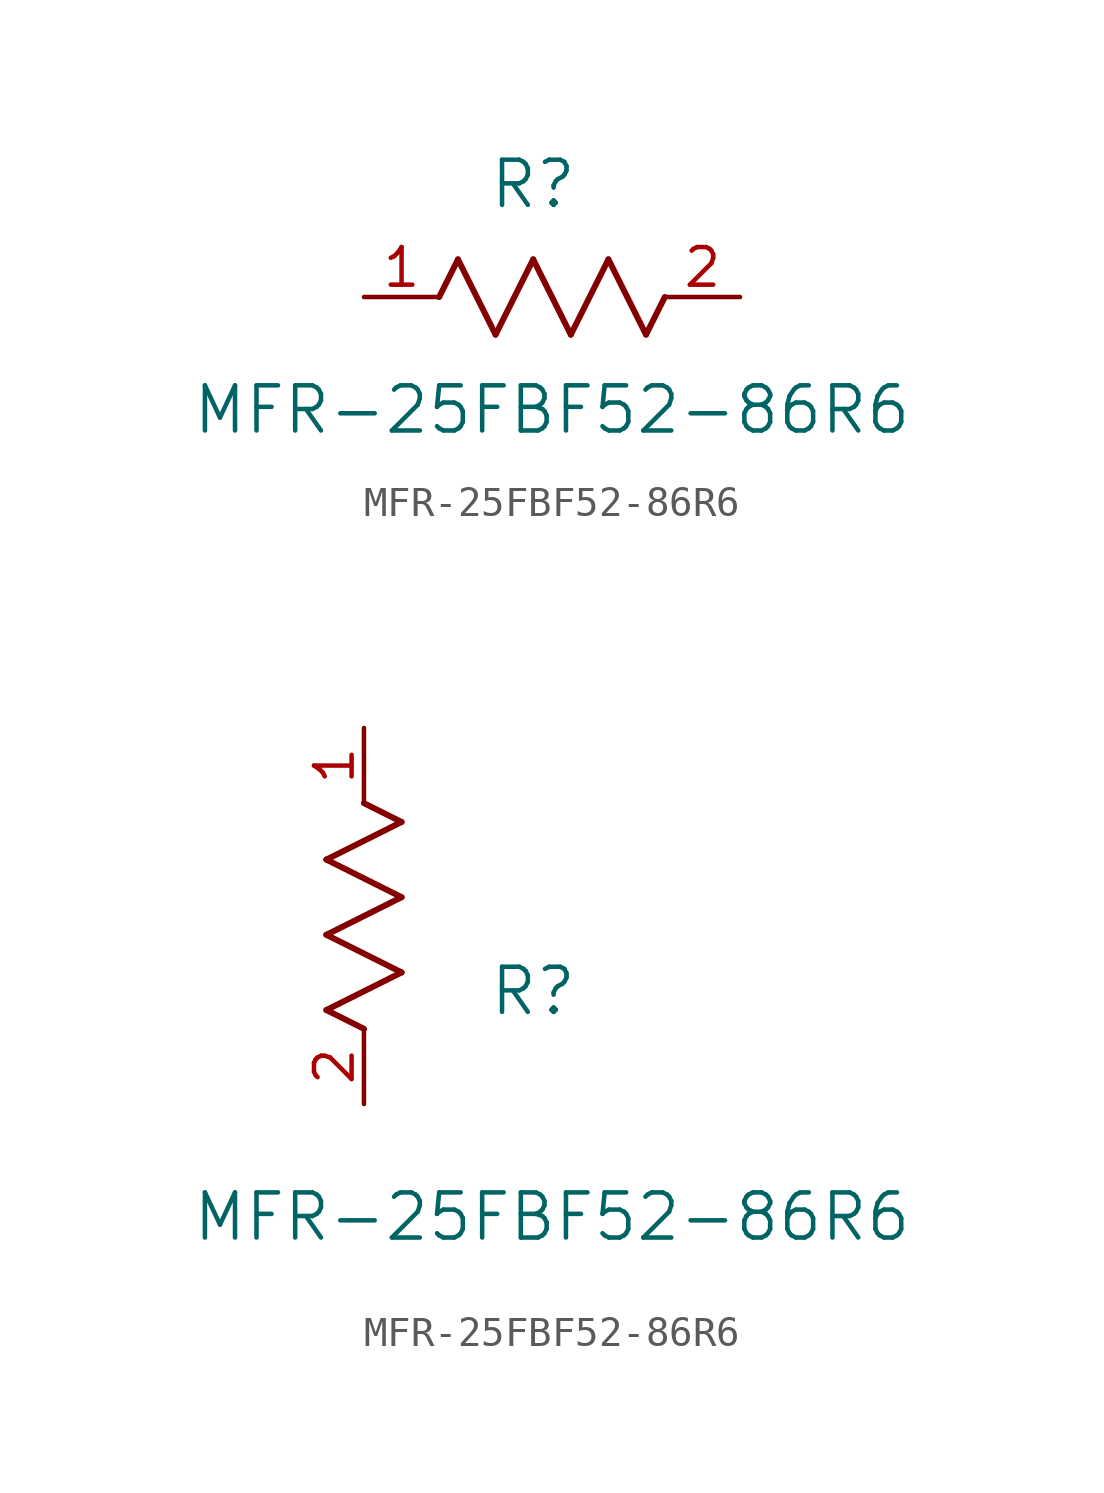
<source format=kicad_sym>
(kicad_symbol_lib
  (version 20211014)
  (generator kicad_symbol_editor)
  (symbol "MFR-25FBF52-86R6"
    (pin_names
      (offset 0.254))
    (property "Reference" "R"
      (at 5.715 3.81 0)
      (effects (font (size 1.524 1.524))))
    (property "Value" "MFR-25FBF52-86R6"
      (at 6.35 -3.81 0)
      (effects (font (size 1.524 1.524))))
    (symbol "MFR-25FBF52-86R6_1_1"
      (polyline (pts (xy 3.175 1.27) (xy 4.445 -1.27)) (stroke (width 0.203) (type default) (color 0 0 0 0)) (fill (type none)))
      (polyline (pts (xy 4.445 -1.27) (xy 5.715 1.27)) (stroke (width 0.203) (type default) (color 0 0 0 0)) (fill (type none)))
      (polyline (pts (xy 5.715 1.27) (xy 6.985 -1.27)) (stroke (width 0.203) (type default) (color 0 0 0 0)) (fill (type none)))
      (polyline (pts (xy 6.985 -1.27) (xy 8.255 1.27)) (stroke (width 0.203) (type default) (color 0 0 0 0)) (fill (type none)))
      (polyline (pts (xy 8.255 1.27) (xy 9.525 -1.27)) (stroke (width 0.203) (type default) (color 0 0 0 0)) (fill (type none)))
      (polyline (pts (xy 2.54 0) (xy 3.175 1.27)) (stroke (width 0.203) (type default) (color 0 0 0 0)) (fill (type none)))
      (polyline (pts (xy 9.525 -1.27) (xy 10.16 0)) (stroke (width 0.203) (type default) (color 0 0 0 0)) (fill (type none)))
      (pin unspecified line (at 0 0 0) (length 2.54) (name "" (effects (font (size 1.27 1.27)))) (number "1" (effects (font (size 1.27 1.27)))))
      (pin unspecified line (at 12.7 0 180) (length 2.54) (name "" (effects (font (size 1.27 1.27)))) (number "2" (effects (font (size 1.27 1.27))))))
    (symbol "MFR-25FBF52-86R6_1_2"
      (polyline (pts (xy 0 2.54) (xy -1.27 3.175)) (stroke (width 0.203) (type default) (color 0 0 0 0)) (fill (type none)))
      (polyline (pts (xy -1.27 3.175) (xy 1.27 4.445)) (stroke (width 0.203) (type default) (color 0 0 0 0)) (fill (type none)))
      (polyline (pts (xy 1.27 4.445) (xy -1.27 5.715)) (stroke (width 0.203) (type default) (color 0 0 0 0)) (fill (type none)))
      (polyline (pts (xy -1.27 5.715) (xy 1.27 6.985)) (stroke (width 0.203) (type default) (color 0 0 0 0)) (fill (type none)))
      (polyline (pts (xy -1.27 8.255) (xy 1.27 9.525)) (stroke (width 0.203) (type default) (color 0 0 0 0)) (fill (type none)))
      (polyline (pts (xy 1.27 9.525) (xy 0 10.16)) (stroke (width 0.203) (type default) (color 0 0 0 0)) (fill (type none)))
      (polyline (pts (xy 1.27 6.985) (xy -1.27 8.255)) (stroke (width 0.203) (type default) (color 0 0 0 0)) (fill (type none)))
      (pin unspecified line (at 0 12.7 270) (length 2.54) (name "" (effects (font (size 1.27 1.27)))) (number "1" (effects (font (size 1.27 1.27)))))
      (pin unspecified line (at 0 0 90) (length 2.54) (name "" (effects (font (size 1.27 1.27)))) (number "2" (effects (font (size 1.27 1.27))))))))
</source>
